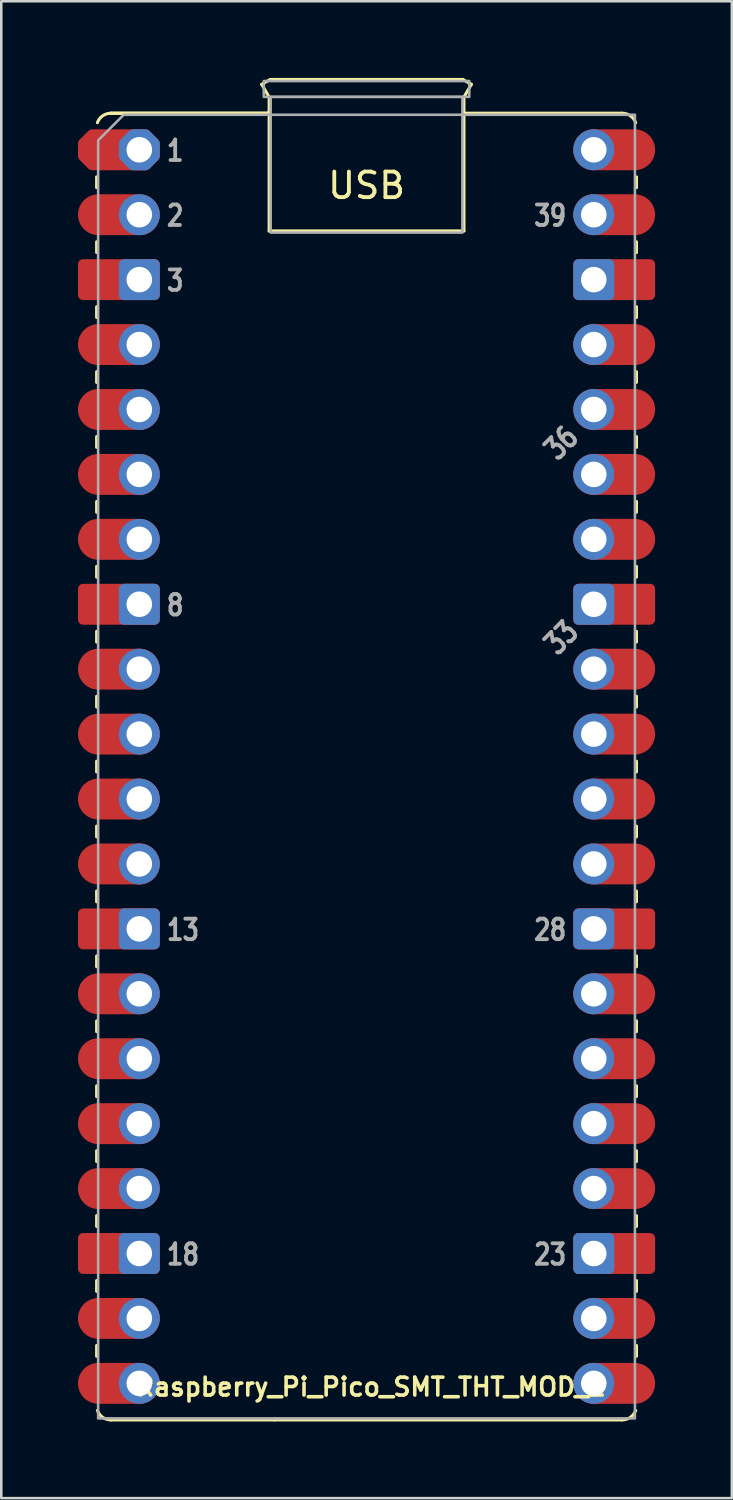
<source format=kicad_pcb>
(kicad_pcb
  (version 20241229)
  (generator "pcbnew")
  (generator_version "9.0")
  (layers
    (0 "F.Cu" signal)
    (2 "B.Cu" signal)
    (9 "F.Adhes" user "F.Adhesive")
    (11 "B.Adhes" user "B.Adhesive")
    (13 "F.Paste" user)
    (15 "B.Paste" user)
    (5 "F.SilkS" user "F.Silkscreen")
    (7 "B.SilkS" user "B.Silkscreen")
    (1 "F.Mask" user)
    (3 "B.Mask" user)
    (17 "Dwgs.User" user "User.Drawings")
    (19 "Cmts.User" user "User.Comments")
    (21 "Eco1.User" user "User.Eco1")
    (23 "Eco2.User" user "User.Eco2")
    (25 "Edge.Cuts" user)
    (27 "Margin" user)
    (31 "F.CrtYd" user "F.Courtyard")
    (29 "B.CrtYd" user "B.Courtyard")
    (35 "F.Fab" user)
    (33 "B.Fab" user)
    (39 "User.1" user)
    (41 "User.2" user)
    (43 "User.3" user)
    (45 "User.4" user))
  (footprint "Raspberry_Pi_Pico_SMT_THT_MOD_2"
    (layer "F.Cu")
    (at 2.4 2.81)
    (property "Reference" "Raspberry_Pi_Pico_SMT_THT_MOD_2" (at 9.06 48.4 0) (layer "F.SilkS") (effects (font (size 0.7 0.7) (thickness 0.14) (bold yes))))
    (attr through_hole)
    (fp_line (start -1.67 1.06) (end -1.67 1.48) (stroke (width 0.12) (type solid)) (layer "F.SilkS"))
    (fp_line (start -1.67 3.6) (end -1.67 4.02) (stroke (width 0.12) (type solid)) (layer "F.SilkS"))
    (fp_line (start -1.67 6.14) (end -1.67 6.56) (stroke (width 0.12) (type solid)) (layer "F.SilkS"))
    (fp_line (start -1.67 8.68) (end -1.67 9.1) (stroke (width 0.12) (type solid)) (layer "F.SilkS"))
    (fp_line (start -1.67 11.22) (end -1.67 11.64) (stroke (width 0.12) (type solid)) (layer "F.SilkS"))
    (fp_line (start -1.67 13.76) (end -1.67 14.18) (stroke (width 0.12) (type solid)) (layer "F.SilkS"))
    (fp_line (start -1.67 16.3) (end -1.67 16.72) (stroke (width 0.12) (type solid)) (layer "F.SilkS"))
    (fp_line (start -1.67 18.84) (end -1.67 19.26) (stroke (width 0.12) (type solid)) (layer "F.SilkS"))
    (fp_line (start -1.67 21.38) (end -1.67 21.8) (stroke (width 0.12) (type solid)) (layer "F.SilkS"))
    (fp_line (start -1.67 23.92) (end -1.67 24.34) (stroke (width 0.12) (type solid)) (layer "F.SilkS"))
    (fp_line (start -1.67 26.46) (end -1.67 26.88) (stroke (width 0.12) (type solid)) (layer "F.SilkS"))
    (fp_line (start -1.67 29) (end -1.67 29.42) (stroke (width 0.12) (type solid)) (layer "F.SilkS"))
    (fp_line (start -1.67 31.54) (end -1.67 31.96) (stroke (width 0.12) (type solid)) (layer "F.SilkS"))
    (fp_line (start -1.67 34.08) (end -1.67 34.5) (stroke (width 0.12) (type solid)) (layer "F.SilkS"))
    (fp_line (start -1.67 36.62) (end -1.67 37.04) (stroke (width 0.12) (type solid)) (layer "F.SilkS"))
    (fp_line (start -1.67 39.16) (end -1.67 39.58) (stroke (width 0.12) (type solid)) (layer "F.SilkS"))
    (fp_line (start -1.67 41.7) (end -1.67 42.12) (stroke (width 0.12) (type solid)) (layer "F.SilkS"))
    (fp_line (start -1.67 44.24) (end -1.67 44.66) (stroke (width 0.12) (type solid)) (layer "F.SilkS"))
    (fp_line (start -1.67 46.78) (end -1.67 47.2) (stroke (width 0.12) (type solid)) (layer "F.SilkS"))
    (fp_line (start -1.11 -1.43) (end 5.08 -1.43) (stroke (width 0.12) (type solid)) (layer "F.SilkS"))
    (fp_line (start -1.11 49.69) (end 5.29 49.69) (stroke (width 0.12) (type solid)) (layer "F.SilkS"))
    (fp_line (start 4.79 -2.56) (end 5.12 -2.75) (stroke (width 0.12) (type solid)) (layer "F.SilkS"))
    (fp_line (start 5.08 -2.06) (end 4.79 -2.56) (stroke (width 0.12) (type solid)) (layer "F.SilkS"))
    (fp_line (start 5.08 -1.524) (end 5.08 3.175) (stroke (width 0.12) (type solid)) (layer "F.SilkS"))
    (fp_line (start 5.08 -1.43) (end -1.11 -1.43) (stroke (width 0.12) (type solid)) (layer "F.SilkS"))
    (fp_line (start 5.08 -1.43) (end 5.08 -2.06) (stroke (width 0.12) (type solid)) (layer "F.SilkS"))
    (fp_line (start 5.08 3.175) (end 12.7 3.175) (stroke (width 0.12) (type solid)) (layer "F.SilkS"))
    (fp_line (start 5.12 -2.75) (end 12.66 -2.75) (stroke (width 0.12) (type solid)) (layer "F.SilkS"))
    (fp_line (start 5.29 49.69) (end 18.89 49.69) (stroke (width 0.12) (type solid)) (layer "F.SilkS"))
    (fp_line (start 12.66 -2.75) (end 12.99 -2.56) (stroke (width 0.12) (type solid)) (layer "F.SilkS"))
    (fp_line (start 12.7 -2.06) (end 12.7 -1.43) (stroke (width 0.12) (type solid)) (layer "F.SilkS"))
    (fp_line (start 12.7 3.175) (end 12.7 -1.43) (stroke (width 0.12) (type solid)) (layer "F.SilkS"))
    (fp_line (start 12.99 -2.56) (end 12.7 -2.06) (stroke (width 0.12) (type solid)) (layer "F.SilkS"))
    (fp_line (start 18.89 -1.43) (end 12.7 -1.43) (stroke (width 0.12) (type solid)) (layer "F.SilkS"))
    (fp_line (start 19.45 1.06) (end 19.45 1.48) (stroke (width 0.12) (type solid)) (layer "F.SilkS"))
    (fp_line (start 19.45 3.6) (end 19.45 4.02) (stroke (width 0.12) (type solid)) (layer "F.SilkS"))
    (fp_line (start 19.45 6.14) (end 19.45 6.56) (stroke (width 0.12) (type solid)) (layer "F.SilkS"))
    (fp_line (start 19.45 8.68) (end 19.45 9.1) (stroke (width 0.12) (type solid)) (layer "F.SilkS"))
    (fp_line (start 19.45 11.22) (end 19.45 11.64) (stroke (width 0.12) (type solid)) (layer "F.SilkS"))
    (fp_line (start 19.45 13.76) (end 19.45 14.18) (stroke (width 0.12) (type solid)) (layer "F.SilkS"))
    (fp_line (start 19.45 16.3) (end 19.45 16.72) (stroke (width 0.12) (type solid)) (layer "F.SilkS"))
    (fp_line (start 19.45 18.84) (end 19.45 19.26) (stroke (width 0.12) (type solid)) (layer "F.SilkS"))
    (fp_line (start 19.45 21.38) (end 19.45 21.8) (stroke (width 0.12) (type solid)) (layer "F.SilkS"))
    (fp_line (start 19.45 23.92) (end 19.45 24.34) (stroke (width 0.12) (type solid)) (layer "F.SilkS"))
    (fp_line (start 19.45 26.46) (end 19.45 26.88) (stroke (width 0.12) (type solid)) (layer "F.SilkS"))
    (fp_line (start 19.45 29) (end 19.45 29.42) (stroke (width 0.12) (type solid)) (layer "F.SilkS"))
    (fp_line (start 19.45 31.54) (end 19.45 31.96) (stroke (width 0.12) (type solid)) (layer "F.SilkS"))
    (fp_line (start 19.45 34.08) (end 19.45 34.5) (stroke (width 0.12) (type solid)) (layer "F.SilkS"))
    (fp_line (start 19.45 36.62) (end 19.45 37.04) (stroke (width 0.12) (type solid)) (layer "F.SilkS"))
    (fp_line (start 19.45 39.16) (end 19.45 39.58) (stroke (width 0.12) (type solid)) (layer "F.SilkS"))
    (fp_line (start 19.45 41.7) (end 19.45 42.12) (stroke (width 0.12) (type solid)) (layer "F.SilkS"))
    (fp_line (start 19.45 44.24) (end 19.45 44.66) (stroke (width 0.12) (type solid)) (layer "F.SilkS"))
    (fp_line (start 19.45 46.78) (end 19.45 47.2) (stroke (width 0.12) (type solid)) (layer "F.SilkS"))
    (fp_arc (start -1.64 -1.06) (mid -1.433508 -1.328808) (end -1.11 -1.43) (stroke (width 0.12) (type solid)) (layer "F.SilkS"))
    (fp_arc (start -1.11 49.69) (mid -1.433508 49.588809) (end -1.64 49.32) (stroke (width 0.12) (type solid)) (layer "F.SilkS"))
    (fp_arc (start 18.89 -1.43) (mid 19.213508 -1.328809) (end 19.42 -1.06) (stroke (width 0.12) (type solid)) (layer "F.SilkS"))
    (fp_arc (start 19.42 49.32) (mid 19.213508 49.588808) (end 18.89 49.69) (stroke (width 0.12) (type solid)) (layer "F.SilkS"))
    (fp_rect (start 4.87 -2.69) (end 12.91 -2.07) (stroke (width 0.1) (type solid)) (fill no) (layer "F.Fab"))
    (fp_rect (start 5.14 -2.07) (end 12.64 3.24) (stroke (width 0.1) (type solid)) (fill no) (layer "F.Fab"))
    (fp_poly (pts (xy 19.39 49.63) (xy -1.61 49.63) (xy -1.61 -0.37) (xy -0.61 -1.37) (xy 19.39 -1.37)) (stroke (width 0.1) (type solid)) (fill no) (layer "F.Fab"))
    (fp_text user "USB" (at 8.89 1.397 0) (unlocked yes) (layer "F.SilkS") (effects (font (size 1 1) (thickness 0.15))))
    (fp_text user "23" (at 16.78 43.218 0) (unlocked yes) (layer "F.Fab") (effects (font (size 0.8 0.64) (thickness 0.15)) (justify right)))
    (fp_text user "36" (at 16.51 11.468 45) (unlocked yes) (layer "F.Fab") (effects (font (size 0.8 0.64) (thickness 0.15))))
    (fp_text user "2" (at 1 2.578 0) (unlocked yes) (layer "F.Fab") (effects (font (size 0.8 0.64) (thickness 0.15)) (justify left)))
    (fp_text user "28" (at 16.78 30.518 0) (unlocked yes) (layer "F.Fab") (effects (font (size 0.8 0.64) (thickness 0.15)) (justify right)))
    (fp_text user "8" (at 1 17.818 0) (unlocked yes) (layer "F.Fab") (effects (font (size 0.8 0.64) (thickness 0.15)) (justify left)))
    (fp_text user "3" (at 1 5.118 0) (unlocked yes) (layer "F.Fab") (effects (font (size 0.8 0.64) (thickness 0.15)) (justify left)))
    (fp_text user "1" (at 1 0.038 0) (unlocked yes) (layer "F.Fab") (effects (font (size 0.8 0.64) (thickness 0.15)) (justify left)))
    (fp_text user "33" (at 16.51 19.088 45) (unlocked yes) (layer "F.Fab") (effects (font (size 0.8 0.64) (thickness 0.15))))
    (fp_text user "18" (at 1 43.218 0) (unlocked yes) (layer "F.Fab") (effects (font (size 0.8 0.64) (thickness 0.15)) (justify left)))
    (fp_text user "13" (at 1 30.518 0) (unlocked yes) (layer "F.Fab") (effects (font (size 0.8 0.64) (thickness 0.15)) (justify left)))
    (fp_text user "39" (at 16.78 2.578 0) (unlocked yes) (layer "F.Fab") (effects (font (size 0.8 0.64) (thickness 0.15)) (justify right)))
    (pad "1" smd custom (at -1.6 0) (size 1.6 1.6) (layers "F.Cu" "F.Mask") (options (anchor circle)) (primitives (gr_poly (pts (xy 2.2 0.249) (xy 1.849 0.6) (xy -0.249 0.6) (xy -0.6 0.249) (xy -0.6 -0.249) (xy -0.249 -0.6) (xy 1.849 -0.6) (xy 2.2 -0.249)) (width 0.4) (fill yes))))
    (pad "1" thru_hole custom (at 0 0) (size 1.6 1.6) (drill 1) (layers "*.Cu" "*.Mask") (options (anchor circle)) (primitives (gr_poly (pts (xy 0.6 0.249) (xy 0.249 0.6) (xy -0.249 0.6) (xy -0.6 0.249) (xy -0.6 -0.249) (xy -0.249 -0.6) (xy 0.249 -0.6) (xy 0.6 -0.249)) (width 0.4) (fill yes))))
    (pad "2" smd oval (at -1.6 2.54) (size 3.2 1.6) (drill (offset 0.8 0)) (layers "F.Cu" "F.Mask"))
    (pad "2" thru_hole circle (at 0 2.54) (size 1.6 1.6) (drill 1) (layers "*.Cu" "*.Mask"))
    (pad "3" smd roundrect (at -1.6 5.08) (size 3.2 1.6) (drill (offset 0.8 0)) (layers "F.Cu" "F.Mask") (roundrect_rratio 0.125))
    (pad "3" thru_hole roundrect (at 0 5.08) (size 1.6 1.6) (drill 1) (layers "*.Cu" "*.Mask") (roundrect_rratio 0.125))
    (pad "4" smd oval (at -1.6 7.62) (size 3.2 1.6) (drill (offset 0.8 0)) (layers "F.Cu" "F.Mask"))
    (pad "4" thru_hole circle (at 0 7.62) (size 1.6 1.6) (drill 1) (layers "*.Cu" "*.Mask"))
    (pad "5" smd oval (at -1.6 10.16) (size 3.2 1.6) (drill (offset 0.8 0)) (layers "F.Cu" "F.Mask"))
    (pad "5" thru_hole circle (at 0 10.16) (size 1.6 1.6) (drill 1) (layers "*.Cu" "*.Mask"))
    (pad "6" smd oval (at -1.6 12.7) (size 3.2 1.6) (drill (offset 0.8 0)) (layers "F.Cu" "F.Mask"))
    (pad "6" thru_hole circle (at 0 12.7) (size 1.6 1.6) (drill 1) (layers "*.Cu" "*.Mask"))
    (pad "7" smd oval (at -1.6 15.24) (size 3.2 1.6) (drill (offset 0.8 0)) (layers "F.Cu" "F.Mask"))
    (pad "7" thru_hole circle (at 0 15.24) (size 1.6 1.6) (drill 1) (layers "*.Cu" "*.Mask"))
    (pad "8" smd roundrect (at -1.6 17.78) (size 3.2 1.6) (drill (offset 0.8 0)) (layers "F.Cu" "F.Mask") (roundrect_rratio 0.125))
    (pad "8" thru_hole roundrect (at 0 17.78) (size 1.6 1.6) (drill 1) (layers "*.Cu" "*.Mask") (roundrect_rratio 0.125))
    (pad "9" smd oval (at -1.6 20.32) (size 3.2 1.6) (drill (offset 0.8 0)) (layers "F.Cu" "F.Mask"))
    (pad "9" thru_hole circle (at 0 20.32) (size 1.6 1.6) (drill 1) (layers "*.Cu" "*.Mask"))
    (pad "10" smd oval (at -1.6 22.86) (size 3.2 1.6) (drill (offset 0.8 0)) (layers "F.Cu" "F.Mask"))
    (pad "10" thru_hole circle (at 0 22.86) (size 1.6 1.6) (drill 1) (layers "*.Cu" "*.Mask"))
    (pad "11" smd oval (at -1.6 25.4) (size 3.2 1.6) (drill (offset 0.8 0)) (layers "F.Cu" "F.Mask"))
    (pad "11" thru_hole circle (at 0 25.4) (size 1.6 1.6) (drill 1) (layers "*.Cu" "*.Mask"))
    (pad "12" smd oval (at -1.6 27.94) (size 3.2 1.6) (drill (offset 0.8 0)) (layers "F.Cu" "F.Mask"))
    (pad "12" thru_hole circle (at 0 27.94) (size 1.6 1.6) (drill 1) (layers "*.Cu" "*.Mask"))
    (pad "13" smd roundrect (at -1.6 30.48) (size 3.2 1.6) (drill (offset 0.8 0)) (layers "F.Cu" "F.Mask") (roundrect_rratio 0.125))
    (pad "13" thru_hole roundrect (at 0 30.48) (size 1.6 1.6) (drill 1) (layers "*.Cu" "*.Mask") (roundrect_rratio 0.125))
    (pad "14" smd oval (at -1.6 33.02) (size 3.2 1.6) (drill (offset 0.8 0)) (layers "F.Cu" "F.Mask"))
    (pad "14" thru_hole circle (at 0 33.02) (size 1.6 1.6) (drill 1) (layers "*.Cu" "*.Mask"))
    (pad "15" smd oval (at -1.6 35.56) (size 3.2 1.6) (drill (offset 0.8 0)) (layers "F.Cu" "F.Mask"))
    (pad "15" thru_hole circle (at 0 35.56) (size 1.6 1.6) (drill 1) (layers "*.Cu" "*.Mask"))
    (pad "16" smd oval (at -1.6 38.1) (size 3.2 1.6) (drill (offset 0.8 0)) (layers "F.Cu" "F.Mask"))
    (pad "16" thru_hole circle (at 0 38.1) (size 1.6 1.6) (drill 1) (layers "*.Cu" "*.Mask"))
    (pad "17" smd oval (at -1.6 40.64) (size 3.2 1.6) (drill (offset 0.8 0)) (layers "F.Cu" "F.Mask"))
    (pad "17" thru_hole circle (at 0 40.64) (size 1.6 1.6) (drill 1) (layers "*.Cu" "*.Mask"))
    (pad "18" smd roundrect (at -1.6 43.18) (size 3.2 1.6) (drill (offset 0.8 0)) (layers "F.Cu" "F.Mask") (roundrect_rratio 0.125))
    (pad "18" thru_hole roundrect (at 0 43.18) (size 1.6 1.6) (drill 1) (layers "*.Cu" "*.Mask") (roundrect_rratio 0.125))
    (pad "19" smd oval (at -1.6 45.72) (size 3.2 1.6) (drill (offset 0.8 0)) (layers "F.Cu" "F.Mask"))
    (pad "19" thru_hole circle (at 0 45.72) (size 1.6 1.6) (drill 1) (layers "*.Cu" "*.Mask"))
    (pad "20" smd oval (at -1.6 48.26) (size 3.2 1.6) (drill (offset 0.8 0)) (layers "F.Cu" "F.Mask"))
    (pad "20" thru_hole circle (at 0 48.26) (size 1.6 1.6) (drill 1) (layers "*.Cu" "*.Mask"))
    (pad "21" thru_hole circle (at 17.78 48.26) (size 1.6 1.6) (drill 1) (layers "*.Cu" "*.Mask"))
    (pad "21" smd oval (at 19.38 48.26) (size 3.2 1.6) (drill (offset -0.8 0)) (layers "F.Cu" "F.Mask"))
    (pad "22" thru_hole circle (at 17.78 45.72) (size 1.6 1.6) (drill 1) (layers "*.Cu" "*.Mask"))
    (pad "22" smd oval (at 19.38 45.72) (size 3.2 1.6) (drill (offset -0.8 0)) (layers "F.Cu" "F.Mask"))
    (pad "23" thru_hole roundrect (at 17.78 43.18) (size 1.6 1.6) (drill 1) (layers "*.Cu" "*.Mask") (roundrect_rratio 0.125))
    (pad "23" smd roundrect (at 19.38 43.18) (size 3.2 1.6) (drill (offset -0.8 0)) (layers "F.Cu" "F.Mask") (roundrect_rratio 0.125))
    (pad "24" thru_hole circle (at 17.78 40.64) (size 1.6 1.6) (drill 1) (layers "*.Cu" "*.Mask"))
    (pad "24" smd oval (at 19.38 40.64) (size 3.2 1.6) (drill (offset -0.8 0)) (layers "F.Cu" "F.Mask"))
    (pad "25" thru_hole circle (at 17.78 38.1) (size 1.6 1.6) (drill 1) (layers "*.Cu" "*.Mask"))
    (pad "25" smd oval (at 19.38 38.1) (size 3.2 1.6) (drill (offset -0.8 0)) (layers "F.Cu" "F.Mask"))
    (pad "26" thru_hole circle (at 17.78 35.56) (size 1.6 1.6) (drill 1) (layers "*.Cu" "*.Mask"))
    (pad "26" smd oval (at 19.38 35.56) (size 3.2 1.6) (drill (offset -0.8 0)) (layers "F.Cu" "F.Mask"))
    (pad "27" thru_hole circle (at 17.78 33.02) (size 1.6 1.6) (drill 1) (layers "*.Cu" "*.Mask"))
    (pad "27" smd oval (at 19.38 33.02) (size 3.2 1.6) (drill (offset -0.8 0)) (layers "F.Cu" "F.Mask"))
    (pad "28" thru_hole roundrect (at 17.78 30.48) (size 1.6 1.6) (drill 1) (layers "*.Cu" "*.Mask") (roundrect_rratio 0.125))
    (pad "28" smd roundrect (at 19.38 30.48) (size 3.2 1.6) (drill (offset -0.8 0)) (layers "F.Cu" "F.Mask") (roundrect_rratio 0.125))
    (pad "29" thru_hole circle (at 17.78 27.94) (size 1.6 1.6) (drill 1) (layers "*.Cu" "*.Mask"))
    (pad "29" smd oval (at 19.38 27.94) (size 3.2 1.6) (drill (offset -0.8 0)) (layers "F.Cu" "F.Mask"))
    (pad "30" thru_hole circle (at 17.78 25.4) (size 1.6 1.6) (drill 1) (layers "*.Cu" "*.Mask"))
    (pad "30" smd oval (at 19.38 25.4) (size 3.2 1.6) (drill (offset -0.8 0)) (layers "F.Cu" "F.Mask"))
    (pad "31" thru_hole circle (at 17.78 22.86) (size 1.6 1.6) (drill 1) (layers "*.Cu" "*.Mask"))
    (pad "31" smd oval (at 19.38 22.86) (size 3.2 1.6) (drill (offset -0.8 0)) (layers "F.Cu" "F.Mask"))
    (pad "32" thru_hole circle (at 17.78 20.32) (size 1.6 1.6) (drill 1) (layers "*.Cu" "*.Mask"))
    (pad "32" smd oval (at 19.38 20.32) (size 3.2 1.6) (drill (offset -0.8 0)) (layers "F.Cu" "F.Mask"))
    (pad "33" thru_hole roundrect (at 17.78 17.78) (size 1.6 1.6) (drill 1) (layers "*.Cu" "*.Mask") (roundrect_rratio 0.125))
    (pad "33" smd roundrect (at 19.38 17.78) (size 3.2 1.6) (drill (offset -0.8 0)) (layers "F.Cu" "F.Mask") (roundrect_rratio 0.125))
    (pad "34" thru_hole circle (at 17.78 15.24) (size 1.6 1.6) (drill 1) (layers "*.Cu" "*.Mask"))
    (pad "34" smd oval (at 19.38 15.24) (size 3.2 1.6) (drill (offset -0.8 0)) (layers "F.Cu" "F.Mask"))
    (pad "35" thru_hole circle (at 17.78 12.7) (size 1.6 1.6) (drill 1) (layers "*.Cu" "*.Mask"))
    (pad "35" smd oval (at 19.38 12.7) (size 3.2 1.6) (drill (offset -0.8 0)) (layers "F.Cu" "F.Mask"))
    (pad "36" thru_hole circle (at 17.78 10.16) (size 1.6 1.6) (drill 1) (layers "*.Cu" "*.Mask"))
    (pad "36" smd oval (at 19.38 10.16) (size 3.2 1.6) (drill (offset -0.8 0)) (layers "F.Cu" "F.Mask"))
    (pad "37" thru_hole circle (at 17.78 7.62) (size 1.6 1.6) (drill 1) (layers "*.Cu" "*.Mask"))
    (pad "37" smd oval (at 19.38 7.62) (size 3.2 1.6) (drill (offset -0.8 0)) (layers "F.Cu" "F.Mask"))
    (pad "38" thru_hole roundrect (at 17.78 5.08) (size 1.6 1.6) (drill 1) (layers "*.Cu" "*.Mask") (roundrect_rratio 0.125))
    (pad "38" smd roundrect (at 19.38 5.08) (size 3.2 1.6) (drill (offset -0.8 0)) (layers "F.Cu" "F.Mask") (roundrect_rratio 0.125))
    (pad "39" thru_hole circle (at 17.78 2.54) (size 1.6 1.6) (drill 1) (layers "*.Cu" "*.Mask"))
    (pad "39" smd oval (at 19.38 2.54) (size 3.2 1.6) (drill (offset -0.8 0)) (layers "F.Cu" "F.Mask"))
    (pad "40" thru_hole circle (at 17.78 0) (size 1.6 1.6) (drill 1) (layers "*.Cu" "*.Mask"))
    (pad "40" smd oval (at 19.38 0) (size 3.2 1.6) (drill (offset -0.8 0)) (layers "F.Cu" "F.Mask")))
  (gr_rect
    (start -3 -3)
    (end 25.58 55.56)
    (stroke (width 0.1) (type default))
    (fill no)
    (layer "Edge.Cuts")))
</source>
